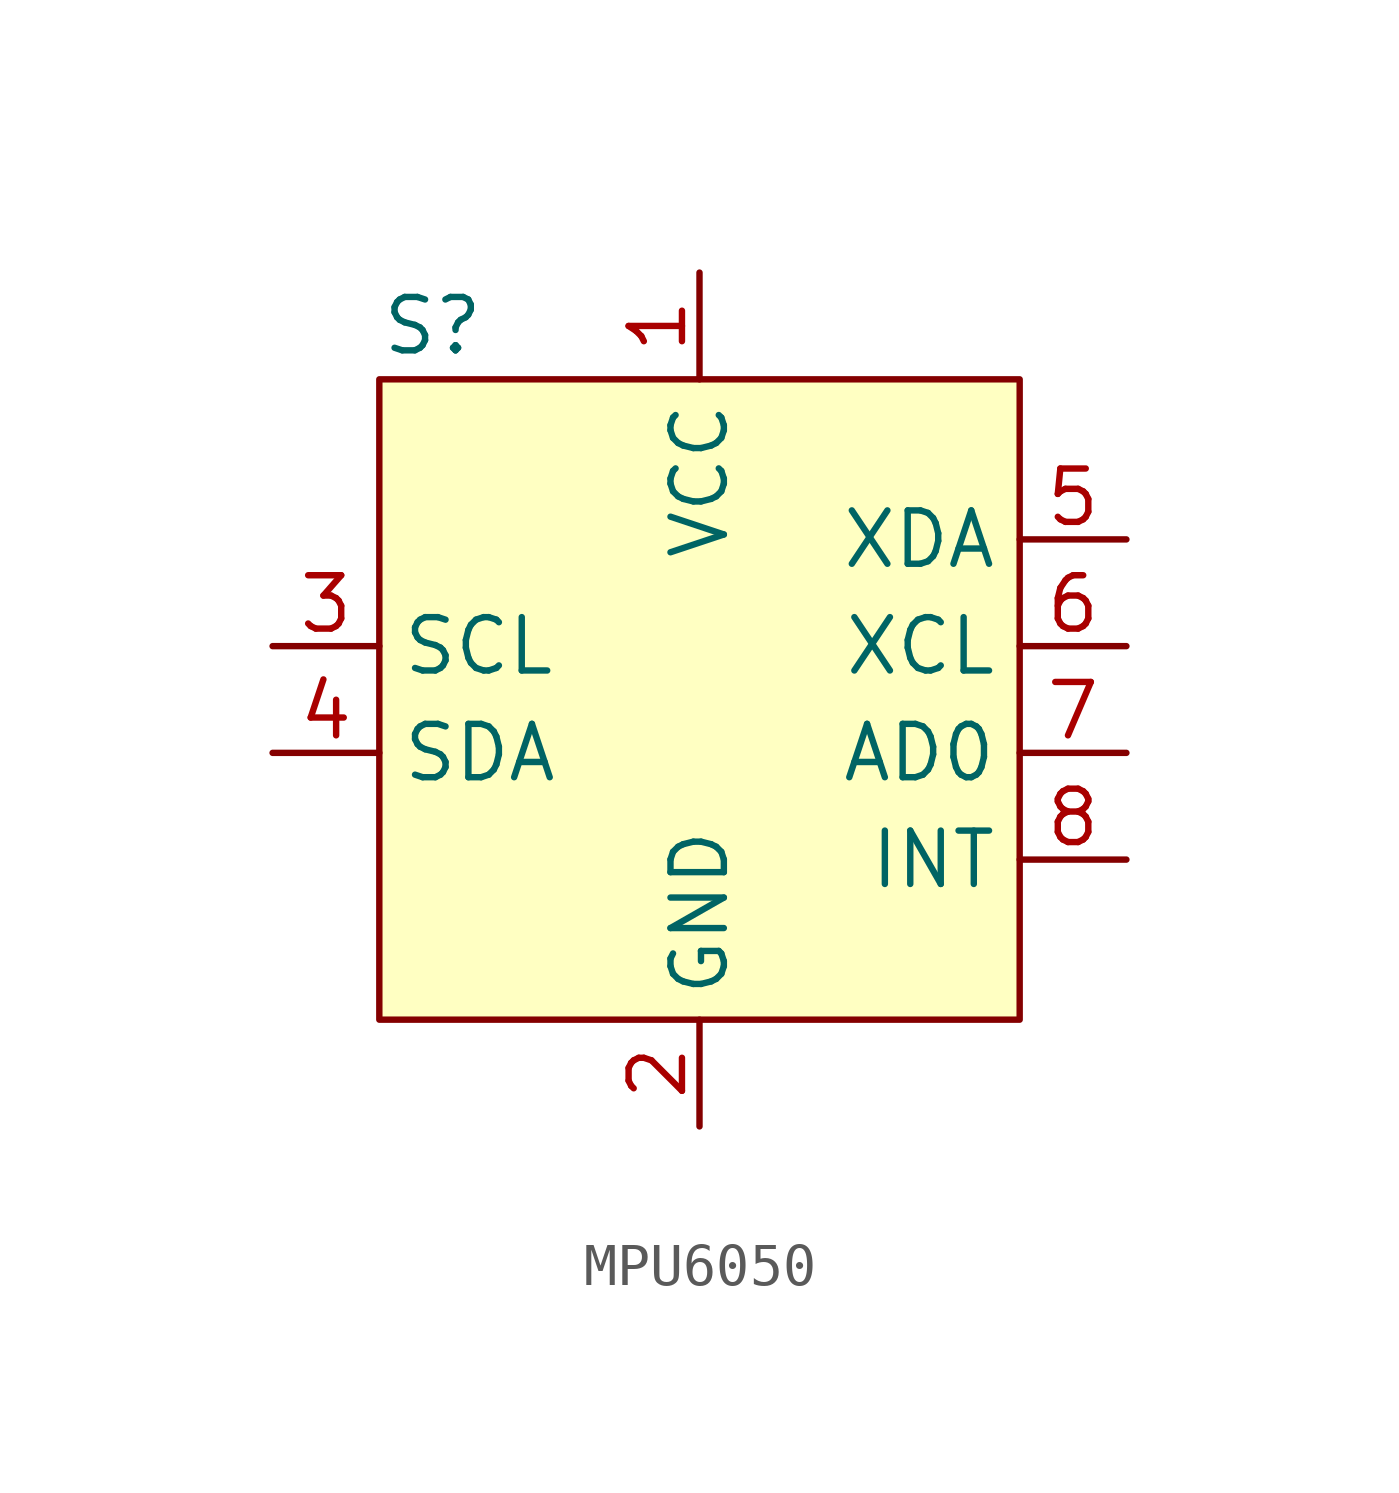
<source format=kicad_sym>
(kicad_symbol_lib
  (version 20220914)
  (generator kicad_symbol_editor)
  (symbol "MPU6050"
    (property "Reference" "S"
      (at 0 0 0)
      (effects (font (size 1.27 1.27))))
    (property "Value" ""
      (at 0 0 0)
      (effects (font (size 1.27 1.27))))
    (symbol "MPU6050_1_1"
      (rectangle (start -1.27 -1.27) (end 13.97 -16.51) (stroke (width 0) (type default)) (fill (type background)))
      (pin power_in line (at 6.35 1.27 270) (length 2.54) (name "VCC" (effects (font (size 1.27 1.27)))) (number "1" (effects (font (size 1.27 1.27)))))
      (pin power_in line (at 6.35 -19.05 90) (length 2.54) (name "GND" (effects (font (size 1.27 1.27)))) (number "2" (effects (font (size 1.27 1.27)))))
      (pin bidirectional line (at -3.81 -7.62 0) (length 2.54) (name "SCL" (effects (font (size 1.27 1.27)))) (number "3" (effects (font (size 1.27 1.27)))))
      (pin bidirectional line (at -3.81 -10.16 0) (length 2.54) (name "SDA" (effects (font (size 1.27 1.27)))) (number "4" (effects (font (size 1.27 1.27)))))
      (pin bidirectional line (at 16.51 -5.08 180) (length 2.54) (name "XDA" (effects (font (size 1.27 1.27)))) (number "5" (effects (font (size 1.27 1.27)))))
      (pin bidirectional line (at 16.51 -7.62 180) (length 2.54) (name "XCL" (effects (font (size 1.27 1.27)))) (number "6" (effects (font (size 1.27 1.27)))))
      (pin bidirectional line (at 16.51 -10.16 180) (length 2.54) (name "AD0" (effects (font (size 1.27 1.27)))) (number "7" (effects (font (size 1.27 1.27)))))
      (pin bidirectional line (at 16.51 -12.7 180) (length 2.54) (name "INT" (effects (font (size 1.27 1.27)))) (number "8" (effects (font (size 1.27 1.27))))))))
</source>
